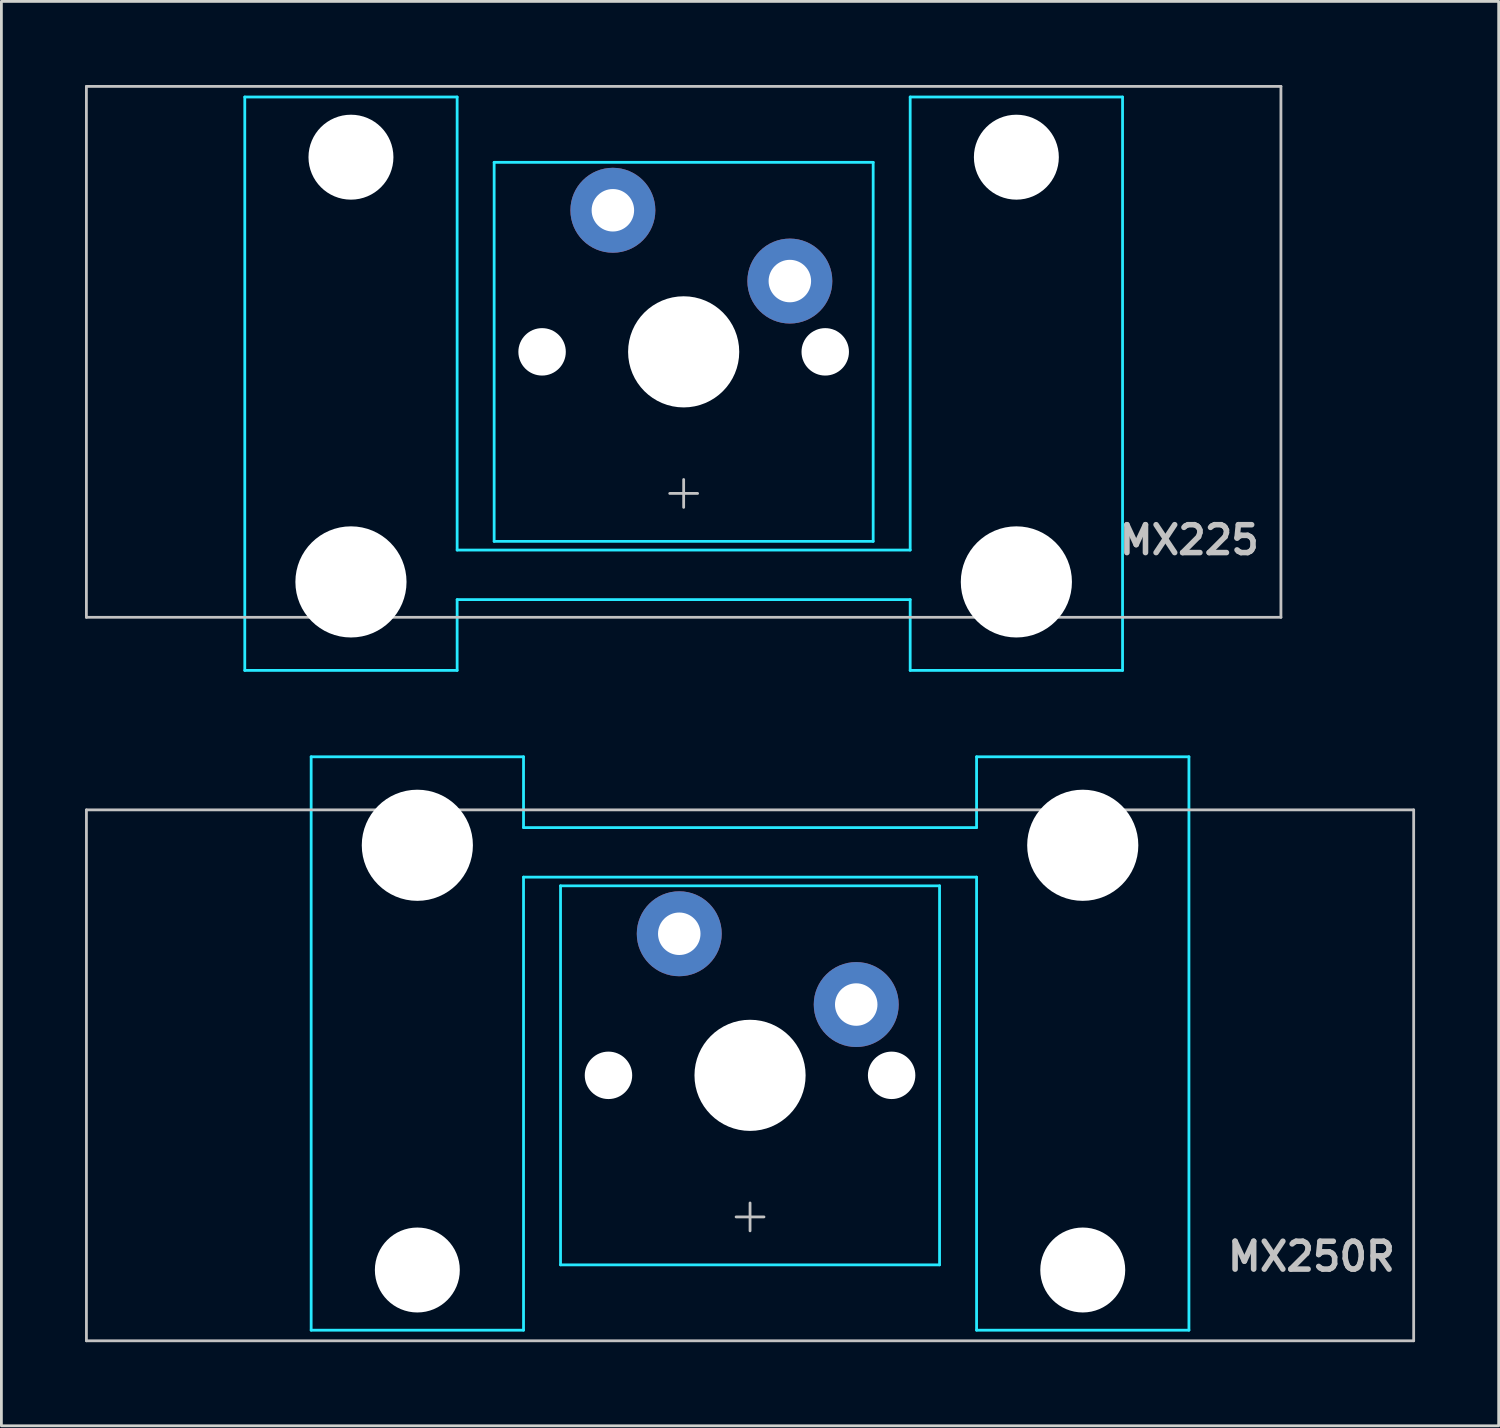
<source format=kicad_pcb>
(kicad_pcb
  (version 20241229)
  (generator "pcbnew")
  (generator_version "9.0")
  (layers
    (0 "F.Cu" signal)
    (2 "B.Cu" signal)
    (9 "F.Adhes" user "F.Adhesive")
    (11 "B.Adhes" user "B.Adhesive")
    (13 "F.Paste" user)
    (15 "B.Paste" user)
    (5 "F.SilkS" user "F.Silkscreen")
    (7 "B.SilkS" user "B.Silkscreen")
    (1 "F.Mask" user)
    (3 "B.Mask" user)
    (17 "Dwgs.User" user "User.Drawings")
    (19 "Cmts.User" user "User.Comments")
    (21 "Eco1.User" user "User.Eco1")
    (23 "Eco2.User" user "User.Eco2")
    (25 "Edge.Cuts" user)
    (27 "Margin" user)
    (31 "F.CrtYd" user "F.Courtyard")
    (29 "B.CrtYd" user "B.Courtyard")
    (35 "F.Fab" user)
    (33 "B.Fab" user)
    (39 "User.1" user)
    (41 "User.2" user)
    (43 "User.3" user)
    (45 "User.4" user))
  (footprint "MX250R"
    (layer "F.Cu")
    (at 23.863 35.535)
    (property "Reference" "MX250R" (at 23.25 6.5 0) (layer "Dwgs.User") (effects (font (size 1 1) (thickness 0.2)) (justify right)))
    (attr through_hole)
    (fp_line (start -23.812 -9.525) (end -23.812 9.525) (stroke (width 0.1) (type solid)) (layer "Dwgs.User"))
    (fp_line (start -23.812 -9.525) (end 23.812 -9.525) (stroke (width 0.1) (type solid)) (layer "Dwgs.User"))
    (fp_line (start -23.812 9.525) (end 23.812 9.525) (stroke (width 0.1) (type solid)) (layer "Dwgs.User"))
    (fp_line (start -0.5 5.08) (end 0.5 5.08) (stroke (width 0.1) (type solid)) (layer "Dwgs.User"))
    (fp_line (start 0 5.58) (end 0 4.58) (stroke (width 0.1) (type solid)) (layer "Dwgs.User"))
    (fp_line (start 23.812 -9.525) (end 23.812 9.525) (stroke (width 0.1) (type solid)) (layer "Dwgs.User"))
    (fp_line (start -15.438 -8.515) (end -15.438 5.485) (stroke (width 0.1) (type solid)) (layer "Eco1.User"))
    (fp_line (start -14.938 -9.015) (end -8.938 -9.015) (stroke (width 0.1) (type solid)) (layer "Eco1.User"))
    (fp_line (start -8.938 5.985) (end -14.938 5.985) (stroke (width 0.1) (type solid)) (layer "Eco1.User"))
    (fp_line (start -8.438 5.485) (end -8.438 -8.515) (stroke (width 0.1) (type solid)) (layer "Eco1.User"))
    (fp_line (start -7 -6.5) (end -7 6.5) (stroke (width 0.1) (type solid)) (layer "Eco1.User"))
    (fp_line (start -6.5 7) (end 6.5 7) (stroke (width 0.1) (type solid)) (layer "Eco1.User"))
    (fp_line (start 6.5 -7) (end -6.5 -7) (stroke (width 0.1) (type solid)) (layer "Eco1.User"))
    (fp_line (start 7 6.5) (end 7 -6.5) (stroke (width 0.1) (type solid)) (layer "Eco1.User"))
    (fp_line (start 8.438 -8.515) (end 8.438 5.485) (stroke (width 0.1) (type solid)) (layer "Eco1.User"))
    (fp_line (start 8.938 -9.015) (end 14.938 -9.015) (stroke (width 0.1) (type solid)) (layer "Eco1.User"))
    (fp_line (start 14.938 5.985) (end 8.938 5.985) (stroke (width 0.1) (type solid)) (layer "Eco1.User"))
    (fp_line (start 15.438 5.485) (end 15.438 -8.515) (stroke (width 0.1) (type solid)) (layer "Eco1.User"))
    (fp_arc (start -15.438 -8.515) (mid -15.291553 -8.868553) (end -14.938 -9.015) (stroke (width 0.1) (type solid)) (layer "Eco1.User"))
    (fp_arc (start -14.938 5.985) (mid -15.291553 5.838553) (end -15.438 5.485) (stroke (width 0.1) (type solid)) (layer "Eco1.User"))
    (fp_arc (start -8.938 -9.015) (mid -8.584447 -8.868553) (end -8.438 -8.515) (stroke (width 0.1) (type solid)) (layer "Eco1.User"))
    (fp_arc (start -8.438 5.485) (mid -8.584447 5.838553) (end -8.938 5.985) (stroke (width 0.1) (type solid)) (layer "Eco1.User"))
    (fp_arc (start -7 -6.5) (mid -6.853553 -6.853553) (end -6.5 -7) (stroke (width 0.1) (type solid)) (layer "Eco1.User"))
    (fp_arc (start -6.5 7) (mid -6.853553 6.853553) (end -7 6.5) (stroke (width 0.1) (type solid)) (layer "Eco1.User"))
    (fp_arc (start 6.5 -7) (mid 6.853553 -6.853553) (end 7 -6.5) (stroke (width 0.1) (type solid)) (layer "Eco1.User"))
    (fp_arc (start 7 6.5) (mid 6.853553 6.853553) (end 6.5 7) (stroke (width 0.1) (type solid)) (layer "Eco1.User"))
    (fp_arc (start 8.438 -8.515) (mid 8.584447 -8.868553) (end 8.938 -9.015) (stroke (width 0.1) (type solid)) (layer "Eco1.User"))
    (fp_arc (start 8.938 5.985) (mid 8.584447 5.838553) (end 8.438 5.485) (stroke (width 0.1) (type solid)) (layer "Eco1.User"))
    (fp_arc (start 14.938 -9.015) (mid 15.291553 -8.868553) (end 15.438 -8.515) (stroke (width 0.1) (type solid)) (layer "Eco1.User"))
    (fp_arc (start 15.438 5.485) (mid 15.291553 5.838553) (end 14.938 5.985) (stroke (width 0.1) (type solid)) (layer "Eco1.User"))
    (fp_line (start -15.748 -11.43) (end -8.128 -11.43) (stroke (width 0.1) (type solid)) (layer "B.CrtYd"))
    (fp_line (start -15.748 9.144) (end -15.748 -11.43) (stroke (width 0.1) (type solid)) (layer "B.CrtYd"))
    (fp_line (start -8.128 -11.43) (end -8.128 -8.89) (stroke (width 0.1) (type solid)) (layer "B.CrtYd"))
    (fp_line (start -8.128 9.144) (end -15.748 9.144) (stroke (width 0.1) (type solid)) (layer "B.CrtYd"))
    (fp_line (start -8.128 9.144) (end -8.128 -7.112) (stroke (width 0.1) (type solid)) (layer "B.CrtYd"))
    (fp_line (start -6.8 6.8) (end -6.8 -6.8) (stroke (width 0.1) (type solid)) (layer "B.CrtYd"))
    (fp_line (start 6.8 -6.8) (end -6.8 -6.8) (stroke (width 0.1) (type solid)) (layer "B.CrtYd"))
    (fp_line (start 6.8 6.8) (end -6.8 6.8) (stroke (width 0.1) (type solid)) (layer "B.CrtYd"))
    (fp_line (start 6.8 6.8) (end 6.8 -6.8) (stroke (width 0.1) (type solid)) (layer "B.CrtYd"))
    (fp_line (start 8.128 -11.43) (end 8.128 -8.89) (stroke (width 0.1) (type solid)) (layer "B.CrtYd"))
    (fp_line (start 8.128 -11.43) (end 15.748 -11.43) (stroke (width 0.1) (type solid)) (layer "B.CrtYd"))
    (fp_line (start 8.128 -8.89) (end -8.128 -8.89) (stroke (width 0.1) (type solid)) (layer "B.CrtYd"))
    (fp_line (start 8.128 -7.112) (end -8.128 -7.112) (stroke (width 0.1) (type solid)) (layer "B.CrtYd"))
    (fp_line (start 8.128 9.144) (end 8.128 -7.112) (stroke (width 0.1) (type solid)) (layer "B.CrtYd"))
    (fp_line (start 15.748 -11.43) (end 15.748 9.144) (stroke (width 0.1) (type solid)) (layer "B.CrtYd"))
    (fp_line (start 15.748 9.144) (end 8.128 9.144) (stroke (width 0.1) (type solid)) (layer "B.CrtYd"))
    (pad "" np_thru_hole circle (at -11.938 -8.255 180) (size 3.988 3.988) (drill 3.988) (layers "*.Cu" "*.Mask"))
    (pad "" np_thru_hole circle (at -11.938 6.985 180) (size 3.048 3.048) (drill 3.048) (layers "*.Cu" "*.Mask"))
    (pad "" smd circle (at -11.938 6.985) (size 3.988 3.988) (layers "F.Mask"))
    (pad "" np_thru_hole circle (at -5.08 0) (size 1.702 1.702) (drill 1.702) (layers "*.Cu" "*.Mask"))
    (pad "" np_thru_hole circle (at 0 0) (size 3.988 3.988) (drill 3.988) (layers "*.Cu" "*.Mask"))
    (pad "" np_thru_hole circle (at 5.08 0) (size 1.702 1.702) (drill 1.702) (layers "*.Cu" "*.Mask"))
    (pad "" np_thru_hole circle (at 11.938 -8.255 180) (size 3.988 3.988) (drill 3.988) (layers "*.Cu" "*.Mask"))
    (pad "" np_thru_hole circle (at 11.938 6.985 180) (size 3.048 3.048) (drill 3.048) (layers "*.Cu" "*.Mask"))
    (pad "" smd circle (at 11.938 6.985) (size 3.988 3.988) (layers "F.Mask"))
    (pad "1" thru_hole circle (at -2.54 -5.08) (size 3.048 3.048) (drill 1.524) (layers "*.Cu" "*.Mask"))
    (pad "2" thru_hole circle (at 3.81 -2.54) (size 3.048 3.048) (drill 1.524) (layers "*.Cu" "*.Mask")))
  (footprint "MX225"
    (layer "F.Cu")
    (at 21.481 9.575)
    (property "Reference" "MX225" (at 20.75 6.75 0) (layer "Dwgs.User") (effects (font (size 1 1) (thickness 0.2)) (justify right)))
    (attr through_hole)
    (fp_line (start -21.431 -9.525) (end -21.431 9.525) (stroke (width 0.1) (type solid)) (layer "Dwgs.User"))
    (fp_line (start -21.431 -9.525) (end 21.431 -9.525) (stroke (width 0.1) (type solid)) (layer "Dwgs.User"))
    (fp_line (start -21.431 9.525) (end 21.431 9.525) (stroke (width 0.1) (type solid)) (layer "Dwgs.User"))
    (fp_line (start -0.5 5.08) (end 0.5 5.08) (stroke (width 0.1) (type solid)) (layer "Dwgs.User"))
    (fp_line (start 0 5.58) (end 0 4.58) (stroke (width 0.1) (type solid)) (layer "Dwgs.User"))
    (fp_line (start 21.431 -9.525) (end 21.431 9.525) (stroke (width 0.1) (type solid)) (layer "Dwgs.User"))
    (fp_line (start -15.438 -5.485) (end -15.438 8.515) (stroke (width 0.1) (type solid)) (layer "Eco1.User"))
    (fp_line (start -14.938 -5.985) (end -8.938 -5.985) (stroke (width 0.1) (type solid)) (layer "Eco1.User"))
    (fp_line (start -8.938 9.015) (end -14.938 9.015) (stroke (width 0.1) (type solid)) (layer "Eco1.User"))
    (fp_line (start -8.438 8.515) (end -8.438 -5.485) (stroke (width 0.1) (type solid)) (layer "Eco1.User"))
    (fp_line (start -7 -6.5) (end -7 6.5) (stroke (width 0.1) (type solid)) (layer "Eco1.User"))
    (fp_line (start -6.5 7) (end 6.5 7) (stroke (width 0.1) (type solid)) (layer "Eco1.User"))
    (fp_line (start 6.5 -7) (end -6.5 -7) (stroke (width 0.1) (type solid)) (layer "Eco1.User"))
    (fp_line (start 7 6.5) (end 7 -6.5) (stroke (width 0.1) (type solid)) (layer "Eco1.User"))
    (fp_line (start 8.438 -5.485) (end 8.438 8.515) (stroke (width 0.1) (type solid)) (layer "Eco1.User"))
    (fp_line (start 8.938 -5.985) (end 14.938 -5.985) (stroke (width 0.1) (type solid)) (layer "Eco1.User"))
    (fp_line (start 14.938 9.015) (end 8.938 9.015) (stroke (width 0.1) (type solid)) (layer "Eco1.User"))
    (fp_line (start 15.438 8.515) (end 15.438 -5.485) (stroke (width 0.1) (type solid)) (layer "Eco1.User"))
    (fp_arc (start -15.438 -5.485) (mid -15.291553 -5.838553) (end -14.938 -5.985) (stroke (width 0.1) (type solid)) (layer "Eco1.User"))
    (fp_arc (start -14.938 9.015) (mid -15.291553 8.868553) (end -15.438 8.515) (stroke (width 0.1) (type solid)) (layer "Eco1.User"))
    (fp_arc (start -8.938 -5.985) (mid -8.584447 -5.838553) (end -8.438 -5.485) (stroke (width 0.1) (type solid)) (layer "Eco1.User"))
    (fp_arc (start -8.438 8.515) (mid -8.584447 8.868553) (end -8.938 9.015) (stroke (width 0.1) (type solid)) (layer "Eco1.User"))
    (fp_arc (start -7 -6.5) (mid -6.853553 -6.853553) (end -6.5 -7) (stroke (width 0.1) (type solid)) (layer "Eco1.User"))
    (fp_arc (start -6.5 7) (mid -6.853553 6.853553) (end -7 6.5) (stroke (width 0.1) (type solid)) (layer "Eco1.User"))
    (fp_arc (start 6.5 -7) (mid 6.853553 -6.853553) (end 7 -6.5) (stroke (width 0.1) (type solid)) (layer "Eco1.User"))
    (fp_arc (start 7 6.5) (mid 6.853553 6.853553) (end 6.5 7) (stroke (width 0.1) (type solid)) (layer "Eco1.User"))
    (fp_arc (start 8.438 -5.485) (mid 8.584447 -5.838553) (end 8.938 -5.985) (stroke (width 0.1) (type solid)) (layer "Eco1.User"))
    (fp_arc (start 8.938 9.015) (mid 8.584447 8.868553) (end 8.438 8.515) (stroke (width 0.1) (type solid)) (layer "Eco1.User"))
    (fp_arc (start 14.938 -5.985) (mid 15.291553 -5.838553) (end 15.438 -5.485) (stroke (width 0.1) (type solid)) (layer "Eco1.User"))
    (fp_arc (start 15.438 8.515) (mid 15.291553 8.868553) (end 14.938 9.015) (stroke (width 0.1) (type solid)) (layer "Eco1.User"))
    (fp_line (start -15.748 -9.144) (end -8.128 -9.144) (stroke (width 0.1) (type solid)) (layer "B.CrtYd"))
    (fp_line (start -15.748 11.43) (end -15.748 -9.144) (stroke (width 0.1) (type solid)) (layer "B.CrtYd"))
    (fp_line (start -8.128 -9.144) (end -8.128 7.112) (stroke (width 0.1) (type solid)) (layer "B.CrtYd"))
    (fp_line (start -8.128 7.112) (end 8.128 7.112) (stroke (width 0.1) (type solid)) (layer "B.CrtYd"))
    (fp_line (start -8.128 8.89) (end 8.128 8.89) (stroke (width 0.1) (type solid)) (layer "B.CrtYd"))
    (fp_line (start -8.128 11.43) (end -15.748 11.43) (stroke (width 0.1) (type solid)) (layer "B.CrtYd"))
    (fp_line (start -8.128 11.43) (end -8.128 8.89) (stroke (width 0.1) (type solid)) (layer "B.CrtYd"))
    (fp_line (start -6.8 6.8) (end -6.8 -6.8) (stroke (width 0.1) (type solid)) (layer "B.CrtYd"))
    (fp_line (start 6.8 -6.8) (end -6.8 -6.8) (stroke (width 0.1) (type solid)) (layer "B.CrtYd"))
    (fp_line (start 6.8 6.8) (end -6.8 6.8) (stroke (width 0.1) (type solid)) (layer "B.CrtYd"))
    (fp_line (start 6.8 6.8) (end 6.8 -6.8) (stroke (width 0.1) (type solid)) (layer "B.CrtYd"))
    (fp_line (start 8.128 -9.144) (end 8.128 7.112) (stroke (width 0.1) (type solid)) (layer "B.CrtYd"))
    (fp_line (start 8.128 -9.144) (end 15.748 -9.144) (stroke (width 0.1) (type solid)) (layer "B.CrtYd"))
    (fp_line (start 8.128 11.43) (end 8.128 8.89) (stroke (width 0.1) (type solid)) (layer "B.CrtYd"))
    (fp_line (start 15.748 -9.144) (end 15.748 11.43) (stroke (width 0.1) (type solid)) (layer "B.CrtYd"))
    (fp_line (start 15.748 11.43) (end 8.128 11.43) (stroke (width 0.1) (type solid)) (layer "B.CrtYd"))
    (pad "" np_thru_hole circle (at -11.938 -6.985) (size 3.048 3.048) (drill 3.048) (layers "*.Cu" "*.Mask"))
    (pad "" smd circle (at -11.938 -6.985) (size 3.988 3.988) (layers "F.Mask"))
    (pad "" np_thru_hole circle (at -11.938 8.255) (size 3.988 3.988) (drill 3.988) (layers "*.Cu" "*.Mask"))
    (pad "" np_thru_hole circle (at -5.08 0) (size 1.702 1.702) (drill 1.702) (layers "*.Cu" "*.Mask"))
    (pad "" np_thru_hole circle (at 0 0) (size 3.988 3.988) (drill 3.988) (layers "*.Cu" "*.Mask"))
    (pad "" np_thru_hole circle (at 5.08 0) (size 1.702 1.702) (drill 1.702) (layers "*.Cu" "*.Mask"))
    (pad "" np_thru_hole circle (at 11.938 -6.985) (size 3.048 3.048) (drill 3.048) (layers "*.Cu" "*.Mask"))
    (pad "" smd circle (at 11.938 -6.985) (size 3.988 3.988) (layers "F.Mask"))
    (pad "" np_thru_hole circle (at 11.938 8.255) (size 3.988 3.988) (drill 3.988) (layers "*.Cu" "*.Mask"))
    (pad "1" thru_hole circle (at -2.54 -5.08) (size 3.048 3.048) (drill 1.524) (layers "*.Cu" "*.Mask"))
    (pad "2" thru_hole circle (at 3.81 -2.54) (size 3.048 3.048) (drill 1.524) (layers "*.Cu" "*.Mask")))
  (gr_rect
    (start -3 -3)
    (end 50.725 48.11)
    (stroke (width 0.1) (type default))
    (fill no)
    (layer "Edge.Cuts")))
</source>
